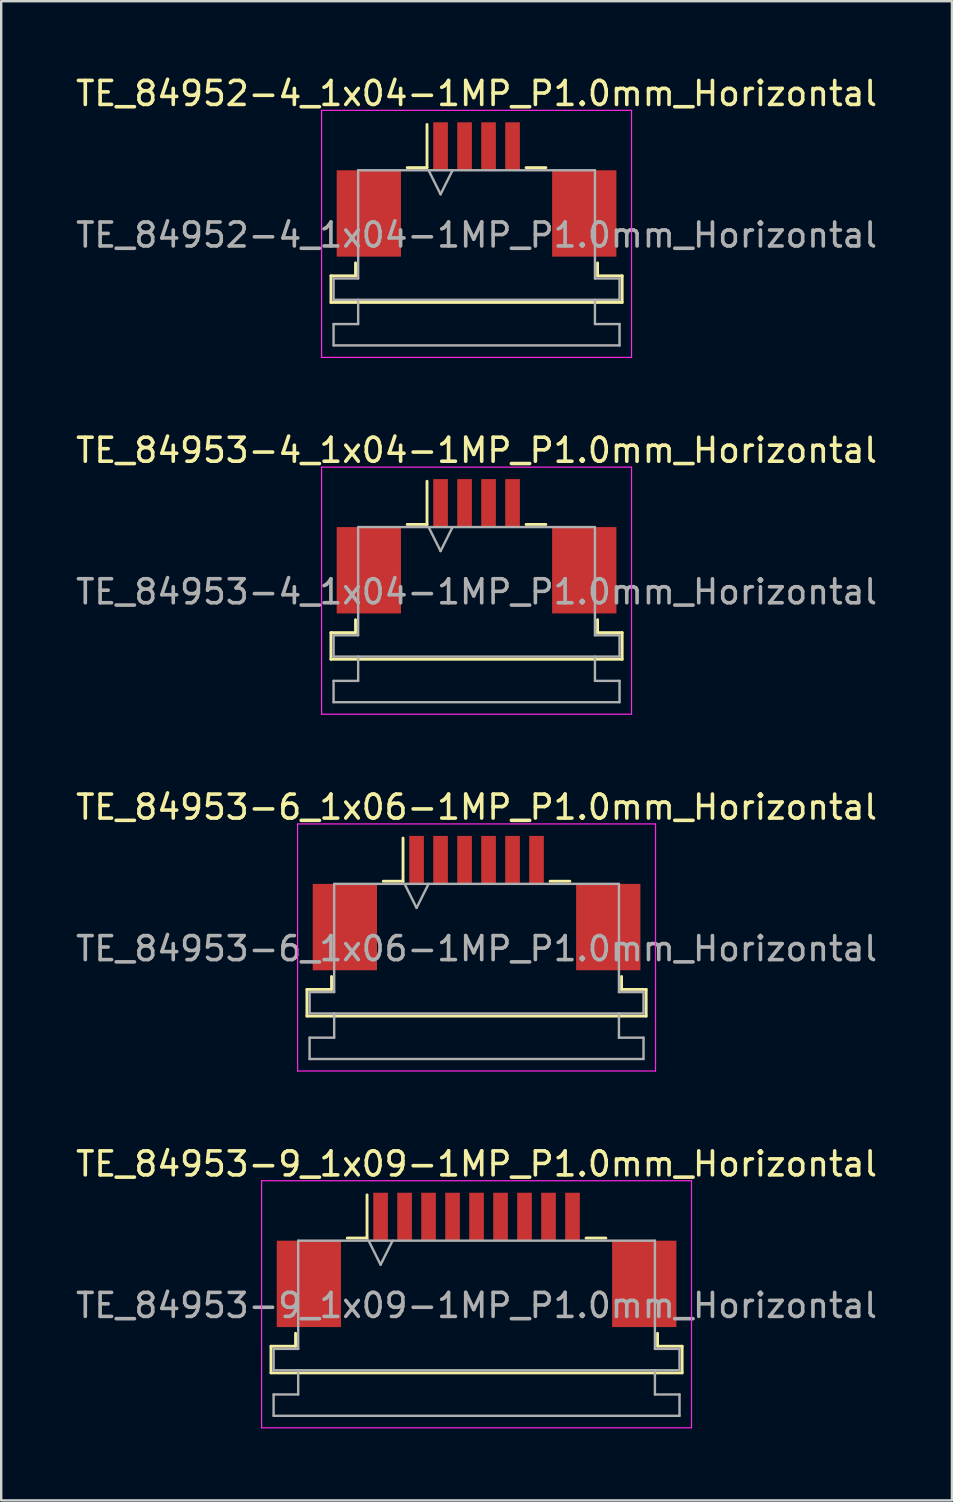
<source format=kicad_pcb>
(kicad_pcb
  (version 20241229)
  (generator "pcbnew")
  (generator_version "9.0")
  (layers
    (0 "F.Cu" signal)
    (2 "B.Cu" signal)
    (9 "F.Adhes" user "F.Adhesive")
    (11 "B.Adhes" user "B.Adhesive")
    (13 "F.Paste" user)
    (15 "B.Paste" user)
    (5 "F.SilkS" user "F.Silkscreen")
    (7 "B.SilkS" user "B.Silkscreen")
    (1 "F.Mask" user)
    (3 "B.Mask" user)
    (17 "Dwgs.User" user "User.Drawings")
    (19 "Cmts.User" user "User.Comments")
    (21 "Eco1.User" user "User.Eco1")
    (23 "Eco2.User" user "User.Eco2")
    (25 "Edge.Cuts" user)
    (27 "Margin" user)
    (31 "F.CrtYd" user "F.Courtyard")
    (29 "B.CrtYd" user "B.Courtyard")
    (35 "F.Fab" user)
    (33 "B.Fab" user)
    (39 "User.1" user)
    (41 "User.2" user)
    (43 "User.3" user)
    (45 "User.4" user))
  (footprint "TE_84953-4_1x04-1MP_P1.0mm_Horizontal"
    (layer "F.Cu")
    (at 16.815 19.721)
    (property "Reference" "TE_84953-4_1x04-1MP_P1.0mm_Horizontal" (at 0 -4 0) (layer "F.SilkS") (effects (font (size 1 1) (thickness 0.15))))
    (attr smd)
    (fp_line (start -6.07 3.6) (end -5.045 3.6) (stroke (width 0.12) (type solid)) (layer "F.SilkS"))
    (fp_line (start -6.07 4.71) (end -6.07 3.6) (stroke (width 0.12) (type solid)) (layer "F.SilkS"))
    (fp_line (start -5.045 3.6) (end -5.045 3.06) (stroke (width 0.12) (type solid)) (layer "F.SilkS"))
    (fp_line (start -2.89 -0.91) (end -2.065 -0.91) (stroke (width 0.12) (type solid)) (layer "F.SilkS"))
    (fp_line (start -2.065 -0.91) (end -2.065 -2.71) (stroke (width 0.12) (type solid)) (layer "F.SilkS"))
    (fp_line (start 2.065 -0.91) (end 2.89 -0.91) (stroke (width 0.12) (type solid)) (layer "F.SilkS"))
    (fp_line (start 5.045 3.06) (end 5.045 3.6) (stroke (width 0.12) (type solid)) (layer "F.SilkS"))
    (fp_line (start 5.045 3.6) (end 6.07 3.6) (stroke (width 0.12) (type solid)) (layer "F.SilkS"))
    (fp_line (start 6.07 3.6) (end 6.07 4.71) (stroke (width 0.12) (type solid)) (layer "F.SilkS"))
    (fp_line (start 6.07 4.71) (end -6.07 4.71) (stroke (width 0.12) (type solid)) (layer "F.SilkS"))
    (fp_line (start -6.46 -3.3) (end -6.46 7) (stroke (width 0.05) (type solid)) (layer "F.CrtYd"))
    (fp_line (start -6.46 7) (end 6.46 7) (stroke (width 0.05) (type solid)) (layer "F.CrtYd"))
    (fp_line (start 6.46 -3.3) (end -6.46 -3.3) (stroke (width 0.05) (type solid)) (layer "F.CrtYd"))
    (fp_line (start 6.46 7) (end 6.46 -3.3) (stroke (width 0.05) (type solid)) (layer "F.CrtYd"))
    (fp_line (start -5.96 3.71) (end -4.935 3.71) (stroke (width 0.1) (type solid)) (layer "F.Fab"))
    (fp_line (start -5.96 4.6) (end -5.96 3.71) (stroke (width 0.1) (type solid)) (layer "F.Fab"))
    (fp_line (start -5.96 5.61) (end -4.935 5.61) (stroke (width 0.1) (type solid)) (layer "F.Fab"))
    (fp_line (start -5.96 6.5) (end -5.96 5.61) (stroke (width 0.1) (type solid)) (layer "F.Fab"))
    (fp_line (start -4.935 -0.8) (end 4.935 -0.8) (stroke (width 0.1) (type solid)) (layer "F.Fab"))
    (fp_line (start -4.935 3.71) (end -4.935 -0.8) (stroke (width 0.1) (type solid)) (layer "F.Fab"))
    (fp_line (start -4.935 5.61) (end -4.935 4.6) (stroke (width 0.1) (type solid)) (layer "F.Fab"))
    (fp_line (start -2 -0.8) (end -1.5 0.2) (stroke (width 0.1) (type solid)) (layer "F.Fab"))
    (fp_line (start -1.5 0.2) (end -1 -0.8) (stroke (width 0.1) (type solid)) (layer "F.Fab"))
    (fp_line (start 4.935 -0.8) (end 4.935 3.71) (stroke (width 0.1) (type solid)) (layer "F.Fab"))
    (fp_line (start 4.935 3.71) (end 5.96 3.71) (stroke (width 0.1) (type solid)) (layer "F.Fab"))
    (fp_line (start 4.935 4.6) (end 4.935 5.61) (stroke (width 0.1) (type solid)) (layer "F.Fab"))
    (fp_line (start 4.935 5.61) (end 5.96 5.61) (stroke (width 0.1) (type solid)) (layer "F.Fab"))
    (fp_line (start 5.96 3.71) (end 5.96 4.6) (stroke (width 0.1) (type solid)) (layer "F.Fab"))
    (fp_line (start 5.96 4.6) (end -5.96 4.6) (stroke (width 0.1) (type solid)) (layer "F.Fab"))
    (fp_line (start 5.96 5.61) (end 5.96 6.5) (stroke (width 0.1) (type solid)) (layer "F.Fab"))
    (fp_line (start 5.96 6.5) (end -5.96 6.5) (stroke (width 0.1) (type solid)) (layer "F.Fab"))
    (fp_text user "${REFERENCE}" (at 0 1.9 0) (layer "F.Fab") (effects (font (size 1 1) (thickness 0.15))))
    (pad "1" smd rect (at -1.5 -1.8) (size 0.61 2) (layers "F.Cu" "F.Mask" "F.Paste"))
    (pad "2" smd rect (at -0.5 -1.8) (size 0.61 2) (layers "F.Cu" "F.Mask" "F.Paste"))
    (pad "3" smd rect (at 0.5 -1.8) (size 0.61 2) (layers "F.Cu" "F.Mask" "F.Paste"))
    (pad "4" smd rect (at 1.5 -1.8) (size 0.61 2) (layers "F.Cu" "F.Mask" "F.Paste"))
    (pad "MP" smd rect (at -4.49 1) (size 2.68 3.6) (layers "F.Cu" "F.Mask" "F.Paste"))
    (pad "MP" smd rect (at 4.49 1) (size 2.68 3.6) (layers "F.Cu" "F.Mask" "F.Paste")))
  (footprint "TE_84952-4_1x04-1MP_P1.0mm_Horizontal"
    (layer "F.Cu")
    (at 16.815 4.848)
    (property "Reference" "TE_84952-4_1x04-1MP_P1.0mm_Horizontal" (at 0 -4 0) (layer "F.SilkS") (effects (font (size 1 1) (thickness 0.15))))
    (attr smd)
    (fp_line (start -6.07 3.6) (end -5.045 3.6) (stroke (width 0.12) (type solid)) (layer "F.SilkS"))
    (fp_line (start -6.07 4.71) (end -6.07 3.6) (stroke (width 0.12) (type solid)) (layer "F.SilkS"))
    (fp_line (start -5.045 3.6) (end -5.045 3.06) (stroke (width 0.12) (type solid)) (layer "F.SilkS"))
    (fp_line (start -2.89 -0.91) (end -2.065 -0.91) (stroke (width 0.12) (type solid)) (layer "F.SilkS"))
    (fp_line (start -2.065 -0.91) (end -2.065 -2.71) (stroke (width 0.12) (type solid)) (layer "F.SilkS"))
    (fp_line (start 2.065 -0.91) (end 2.89 -0.91) (stroke (width 0.12) (type solid)) (layer "F.SilkS"))
    (fp_line (start 5.045 3.06) (end 5.045 3.6) (stroke (width 0.12) (type solid)) (layer "F.SilkS"))
    (fp_line (start 5.045 3.6) (end 6.07 3.6) (stroke (width 0.12) (type solid)) (layer "F.SilkS"))
    (fp_line (start 6.07 3.6) (end 6.07 4.71) (stroke (width 0.12) (type solid)) (layer "F.SilkS"))
    (fp_line (start 6.07 4.71) (end -6.07 4.71) (stroke (width 0.12) (type solid)) (layer "F.SilkS"))
    (fp_line (start -6.46 -3.3) (end -6.46 7) (stroke (width 0.05) (type solid)) (layer "F.CrtYd"))
    (fp_line (start -6.46 7) (end 6.46 7) (stroke (width 0.05) (type solid)) (layer "F.CrtYd"))
    (fp_line (start 6.46 -3.3) (end -6.46 -3.3) (stroke (width 0.05) (type solid)) (layer "F.CrtYd"))
    (fp_line (start 6.46 7) (end 6.46 -3.3) (stroke (width 0.05) (type solid)) (layer "F.CrtYd"))
    (fp_line (start -5.96 3.71) (end -4.935 3.71) (stroke (width 0.1) (type solid)) (layer "F.Fab"))
    (fp_line (start -5.96 4.6) (end -5.96 3.71) (stroke (width 0.1) (type solid)) (layer "F.Fab"))
    (fp_line (start -5.96 5.61) (end -4.935 5.61) (stroke (width 0.1) (type solid)) (layer "F.Fab"))
    (fp_line (start -5.96 6.5) (end -5.96 5.61) (stroke (width 0.1) (type solid)) (layer "F.Fab"))
    (fp_line (start -4.935 -0.8) (end 4.935 -0.8) (stroke (width 0.1) (type solid)) (layer "F.Fab"))
    (fp_line (start -4.935 3.71) (end -4.935 -0.8) (stroke (width 0.1) (type solid)) (layer "F.Fab"))
    (fp_line (start -4.935 5.61) (end -4.935 4.6) (stroke (width 0.1) (type solid)) (layer "F.Fab"))
    (fp_line (start -2 -0.8) (end -1.5 0.2) (stroke (width 0.1) (type solid)) (layer "F.Fab"))
    (fp_line (start -1.5 0.2) (end -1 -0.8) (stroke (width 0.1) (type solid)) (layer "F.Fab"))
    (fp_line (start 4.935 -0.8) (end 4.935 3.71) (stroke (width 0.1) (type solid)) (layer "F.Fab"))
    (fp_line (start 4.935 3.71) (end 5.96 3.71) (stroke (width 0.1) (type solid)) (layer "F.Fab"))
    (fp_line (start 4.935 4.6) (end 4.935 5.61) (stroke (width 0.1) (type solid)) (layer "F.Fab"))
    (fp_line (start 4.935 5.61) (end 5.96 5.61) (stroke (width 0.1) (type solid)) (layer "F.Fab"))
    (fp_line (start 5.96 3.71) (end 5.96 4.6) (stroke (width 0.1) (type solid)) (layer "F.Fab"))
    (fp_line (start 5.96 4.6) (end -5.96 4.6) (stroke (width 0.1) (type solid)) (layer "F.Fab"))
    (fp_line (start 5.96 5.61) (end 5.96 6.5) (stroke (width 0.1) (type solid)) (layer "F.Fab"))
    (fp_line (start 5.96 6.5) (end -5.96 6.5) (stroke (width 0.1) (type solid)) (layer "F.Fab"))
    (fp_text user "${REFERENCE}" (at 0 1.9 0) (layer "F.Fab") (effects (font (size 1 1) (thickness 0.15))))
    (pad "1" smd rect (at -1.5 -1.8) (size 0.61 2) (layers "F.Cu" "F.Mask" "F.Paste"))
    (pad "2" smd rect (at -0.5 -1.8) (size 0.61 2) (layers "F.Cu" "F.Mask" "F.Paste"))
    (pad "3" smd rect (at 0.5 -1.8) (size 0.61 2) (layers "F.Cu" "F.Mask" "F.Paste"))
    (pad "4" smd rect (at 1.5 -1.8) (size 0.61 2) (layers "F.Cu" "F.Mask" "F.Paste"))
    (pad "MP" smd rect (at -4.49 1) (size 2.68 3.6) (layers "F.Cu" "F.Mask" "F.Paste"))
    (pad "MP" smd rect (at 4.49 1) (size 2.68 3.6) (layers "F.Cu" "F.Mask" "F.Paste")))
  (footprint "TE_84953-9_1x09-1MP_P1.0mm_Horizontal"
    (layer "F.Cu")
    (at 16.815 49.468)
    (property "Reference" "TE_84953-9_1x09-1MP_P1.0mm_Horizontal" (at 0 -4 0) (layer "F.SilkS") (effects (font (size 1 1) (thickness 0.15))))
    (attr smd)
    (fp_line (start -8.57 3.6) (end -7.545 3.6) (stroke (width 0.12) (type solid)) (layer "F.SilkS"))
    (fp_line (start -8.57 4.71) (end -8.57 3.6) (stroke (width 0.12) (type solid)) (layer "F.SilkS"))
    (fp_line (start -7.545 3.6) (end -7.545 3.06) (stroke (width 0.12) (type solid)) (layer "F.SilkS"))
    (fp_line (start -5.39 -0.91) (end -4.565 -0.91) (stroke (width 0.12) (type solid)) (layer "F.SilkS"))
    (fp_line (start -4.565 -0.91) (end -4.565 -2.71) (stroke (width 0.12) (type solid)) (layer "F.SilkS"))
    (fp_line (start 4.565 -0.91) (end 5.39 -0.91) (stroke (width 0.12) (type solid)) (layer "F.SilkS"))
    (fp_line (start 7.545 3.06) (end 7.545 3.6) (stroke (width 0.12) (type solid)) (layer "F.SilkS"))
    (fp_line (start 7.545 3.6) (end 8.57 3.6) (stroke (width 0.12) (type solid)) (layer "F.SilkS"))
    (fp_line (start 8.57 3.6) (end 8.57 4.71) (stroke (width 0.12) (type solid)) (layer "F.SilkS"))
    (fp_line (start 8.57 4.71) (end -8.57 4.71) (stroke (width 0.12) (type solid)) (layer "F.SilkS"))
    (fp_line (start -8.96 -3.3) (end -8.96 7) (stroke (width 0.05) (type solid)) (layer "F.CrtYd"))
    (fp_line (start -8.96 7) (end 8.96 7) (stroke (width 0.05) (type solid)) (layer "F.CrtYd"))
    (fp_line (start 8.96 -3.3) (end -8.96 -3.3) (stroke (width 0.05) (type solid)) (layer "F.CrtYd"))
    (fp_line (start 8.96 7) (end 8.96 -3.3) (stroke (width 0.05) (type solid)) (layer "F.CrtYd"))
    (fp_line (start -8.46 3.71) (end -7.435 3.71) (stroke (width 0.1) (type solid)) (layer "F.Fab"))
    (fp_line (start -8.46 4.6) (end -8.46 3.71) (stroke (width 0.1) (type solid)) (layer "F.Fab"))
    (fp_line (start -8.46 5.61) (end -7.435 5.61) (stroke (width 0.1) (type solid)) (layer "F.Fab"))
    (fp_line (start -8.46 6.5) (end -8.46 5.61) (stroke (width 0.1) (type solid)) (layer "F.Fab"))
    (fp_line (start -7.435 -0.8) (end 7.435 -0.8) (stroke (width 0.1) (type solid)) (layer "F.Fab"))
    (fp_line (start -7.435 3.71) (end -7.435 -0.8) (stroke (width 0.1) (type solid)) (layer "F.Fab"))
    (fp_line (start -7.435 5.61) (end -7.435 4.6) (stroke (width 0.1) (type solid)) (layer "F.Fab"))
    (fp_line (start -4.5 -0.8) (end -4 0.2) (stroke (width 0.1) (type solid)) (layer "F.Fab"))
    (fp_line (start -4 0.2) (end -3.5 -0.8) (stroke (width 0.1) (type solid)) (layer "F.Fab"))
    (fp_line (start 7.435 -0.8) (end 7.435 3.71) (stroke (width 0.1) (type solid)) (layer "F.Fab"))
    (fp_line (start 7.435 3.71) (end 8.46 3.71) (stroke (width 0.1) (type solid)) (layer "F.Fab"))
    (fp_line (start 7.435 4.6) (end 7.435 5.61) (stroke (width 0.1) (type solid)) (layer "F.Fab"))
    (fp_line (start 7.435 5.61) (end 8.46 5.61) (stroke (width 0.1) (type solid)) (layer "F.Fab"))
    (fp_line (start 8.46 3.71) (end 8.46 4.6) (stroke (width 0.1) (type solid)) (layer "F.Fab"))
    (fp_line (start 8.46 4.6) (end -8.46 4.6) (stroke (width 0.1) (type solid)) (layer "F.Fab"))
    (fp_line (start 8.46 5.61) (end 8.46 6.5) (stroke (width 0.1) (type solid)) (layer "F.Fab"))
    (fp_line (start 8.46 6.5) (end -8.46 6.5) (stroke (width 0.1) (type solid)) (layer "F.Fab"))
    (fp_text user "${REFERENCE}" (at 0 1.9 0) (layer "F.Fab") (effects (font (size 1 1) (thickness 0.15))))
    (pad "1" smd rect (at -4 -1.8) (size 0.61 2) (layers "F.Cu" "F.Mask" "F.Paste"))
    (pad "2" smd rect (at -3 -1.8) (size 0.61 2) (layers "F.Cu" "F.Mask" "F.Paste"))
    (pad "3" smd rect (at -2 -1.8) (size 0.61 2) (layers "F.Cu" "F.Mask" "F.Paste"))
    (pad "4" smd rect (at -1 -1.8) (size 0.61 2) (layers "F.Cu" "F.Mask" "F.Paste"))
    (pad "5" smd rect (at 0 -1.8) (size 0.61 2) (layers "F.Cu" "F.Mask" "F.Paste"))
    (pad "6" smd rect (at 1 -1.8) (size 0.61 2) (layers "F.Cu" "F.Mask" "F.Paste"))
    (pad "7" smd rect (at 2 -1.8) (size 0.61 2) (layers "F.Cu" "F.Mask" "F.Paste"))
    (pad "8" smd rect (at 3 -1.8) (size 0.61 2) (layers "F.Cu" "F.Mask" "F.Paste"))
    (pad "9" smd rect (at 4 -1.8) (size 0.61 2) (layers "F.Cu" "F.Mask" "F.Paste"))
    (pad "MP" smd rect (at -6.99 1) (size 2.68 3.6) (layers "F.Cu" "F.Mask" "F.Paste"))
    (pad "MP" smd rect (at 6.99 1) (size 2.68 3.6) (layers "F.Cu" "F.Mask" "F.Paste")))
  (footprint "TE_84953-6_1x06-1MP_P1.0mm_Horizontal"
    (layer "F.Cu")
    (at 16.815 34.595)
    (property "Reference" "TE_84953-6_1x06-1MP_P1.0mm_Horizontal" (at 0 -4 0) (layer "F.SilkS") (effects (font (size 1 1) (thickness 0.15))))
    (attr smd)
    (fp_line (start -7.07 3.6) (end -6.045 3.6) (stroke (width 0.12) (type solid)) (layer "F.SilkS"))
    (fp_line (start -7.07 4.71) (end -7.07 3.6) (stroke (width 0.12) (type solid)) (layer "F.SilkS"))
    (fp_line (start -6.045 3.6) (end -6.045 3.06) (stroke (width 0.12) (type solid)) (layer "F.SilkS"))
    (fp_line (start -3.89 -0.91) (end -3.065 -0.91) (stroke (width 0.12) (type solid)) (layer "F.SilkS"))
    (fp_line (start -3.065 -0.91) (end -3.065 -2.71) (stroke (width 0.12) (type solid)) (layer "F.SilkS"))
    (fp_line (start 3.065 -0.91) (end 3.89 -0.91) (stroke (width 0.12) (type solid)) (layer "F.SilkS"))
    (fp_line (start 6.045 3.06) (end 6.045 3.6) (stroke (width 0.12) (type solid)) (layer "F.SilkS"))
    (fp_line (start 6.045 3.6) (end 7.07 3.6) (stroke (width 0.12) (type solid)) (layer "F.SilkS"))
    (fp_line (start 7.07 3.6) (end 7.07 4.71) (stroke (width 0.12) (type solid)) (layer "F.SilkS"))
    (fp_line (start 7.07 4.71) (end -7.07 4.71) (stroke (width 0.12) (type solid)) (layer "F.SilkS"))
    (fp_line (start -7.46 -3.3) (end -7.46 7) (stroke (width 0.05) (type solid)) (layer "F.CrtYd"))
    (fp_line (start -7.46 7) (end 7.46 7) (stroke (width 0.05) (type solid)) (layer "F.CrtYd"))
    (fp_line (start 7.46 -3.3) (end -7.46 -3.3) (stroke (width 0.05) (type solid)) (layer "F.CrtYd"))
    (fp_line (start 7.46 7) (end 7.46 -3.3) (stroke (width 0.05) (type solid)) (layer "F.CrtYd"))
    (fp_line (start -6.96 3.71) (end -5.935 3.71) (stroke (width 0.1) (type solid)) (layer "F.Fab"))
    (fp_line (start -6.96 4.6) (end -6.96 3.71) (stroke (width 0.1) (type solid)) (layer "F.Fab"))
    (fp_line (start -6.96 5.61) (end -5.935 5.61) (stroke (width 0.1) (type solid)) (layer "F.Fab"))
    (fp_line (start -6.96 6.5) (end -6.96 5.61) (stroke (width 0.1) (type solid)) (layer "F.Fab"))
    (fp_line (start -5.935 -0.8) (end 5.935 -0.8) (stroke (width 0.1) (type solid)) (layer "F.Fab"))
    (fp_line (start -5.935 3.71) (end -5.935 -0.8) (stroke (width 0.1) (type solid)) (layer "F.Fab"))
    (fp_line (start -5.935 5.61) (end -5.935 4.6) (stroke (width 0.1) (type solid)) (layer "F.Fab"))
    (fp_line (start -3 -0.8) (end -2.5 0.2) (stroke (width 0.1) (type solid)) (layer "F.Fab"))
    (fp_line (start -2.5 0.2) (end -2 -0.8) (stroke (width 0.1) (type solid)) (layer "F.Fab"))
    (fp_line (start 5.935 -0.8) (end 5.935 3.71) (stroke (width 0.1) (type solid)) (layer "F.Fab"))
    (fp_line (start 5.935 3.71) (end 6.96 3.71) (stroke (width 0.1) (type solid)) (layer "F.Fab"))
    (fp_line (start 5.935 4.6) (end 5.935 5.61) (stroke (width 0.1) (type solid)) (layer "F.Fab"))
    (fp_line (start 5.935 5.61) (end 6.96 5.61) (stroke (width 0.1) (type solid)) (layer "F.Fab"))
    (fp_line (start 6.96 3.71) (end 6.96 4.6) (stroke (width 0.1) (type solid)) (layer "F.Fab"))
    (fp_line (start 6.96 4.6) (end -6.96 4.6) (stroke (width 0.1) (type solid)) (layer "F.Fab"))
    (fp_line (start 6.96 5.61) (end 6.96 6.5) (stroke (width 0.1) (type solid)) (layer "F.Fab"))
    (fp_line (start 6.96 6.5) (end -6.96 6.5) (stroke (width 0.1) (type solid)) (layer "F.Fab"))
    (fp_text user "${REFERENCE}" (at 0 1.9 0) (layer "F.Fab") (effects (font (size 1 1) (thickness 0.15))))
    (pad "1" smd rect (at -2.5 -1.8) (size 0.61 2) (layers "F.Cu" "F.Mask" "F.Paste"))
    (pad "2" smd rect (at -1.5 -1.8) (size 0.61 2) (layers "F.Cu" "F.Mask" "F.Paste"))
    (pad "3" smd rect (at -0.5 -1.8) (size 0.61 2) (layers "F.Cu" "F.Mask" "F.Paste"))
    (pad "4" smd rect (at 0.5 -1.8) (size 0.61 2) (layers "F.Cu" "F.Mask" "F.Paste"))
    (pad "5" smd rect (at 1.5 -1.8) (size 0.61 2) (layers "F.Cu" "F.Mask" "F.Paste"))
    (pad "6" smd rect (at 2.5 -1.8) (size 0.61 2) (layers "F.Cu" "F.Mask" "F.Paste"))
    (pad "MP" smd rect (at -5.49 1) (size 2.68 3.6) (layers "F.Cu" "F.Mask" "F.Paste"))
    (pad "MP" smd rect (at 5.49 1) (size 2.68 3.6) (layers "F.Cu" "F.Mask" "F.Paste")))
  (gr_rect
    (start -3 -3)
    (end 36.631 59.493)
    (stroke (width 0.1) (type default))
    (fill no)
    (layer "Edge.Cuts")))
</source>
